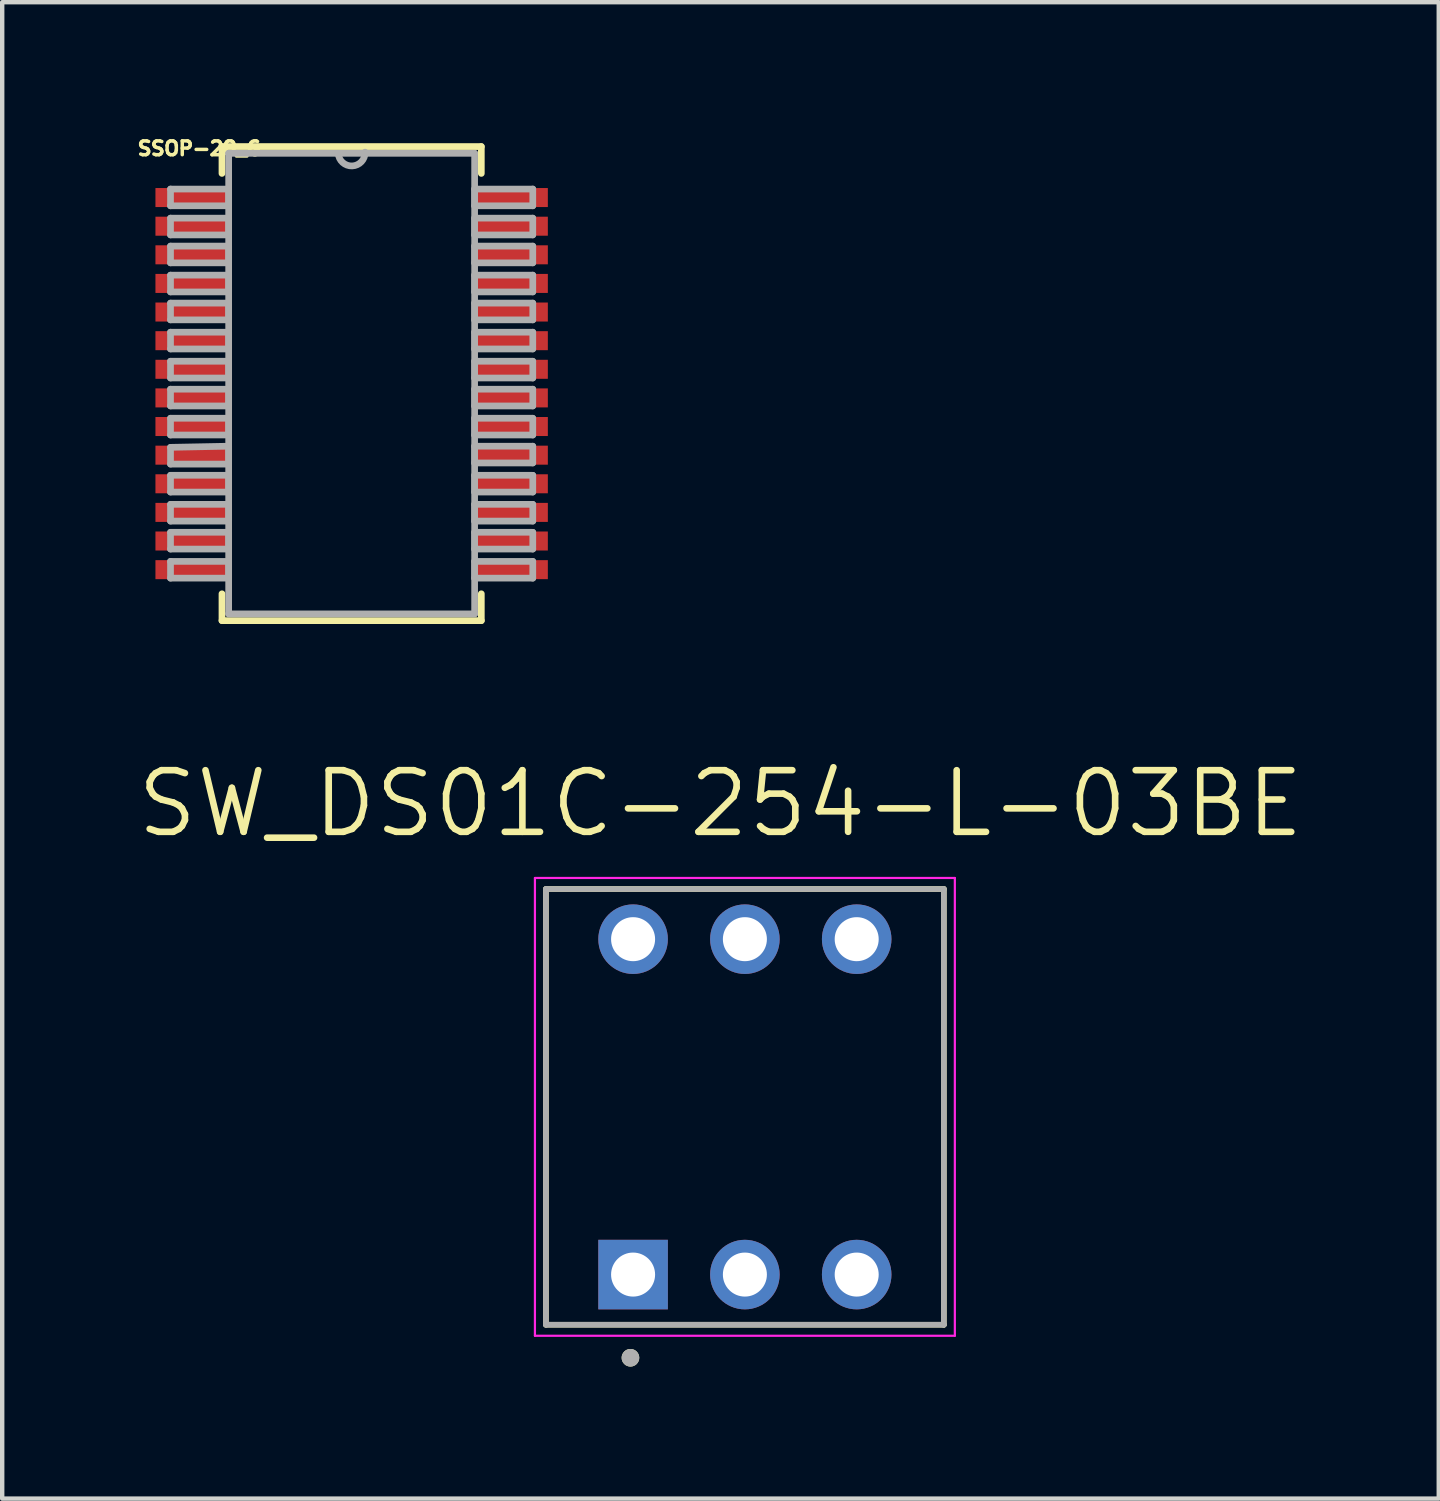
<source format=kicad_pcb>
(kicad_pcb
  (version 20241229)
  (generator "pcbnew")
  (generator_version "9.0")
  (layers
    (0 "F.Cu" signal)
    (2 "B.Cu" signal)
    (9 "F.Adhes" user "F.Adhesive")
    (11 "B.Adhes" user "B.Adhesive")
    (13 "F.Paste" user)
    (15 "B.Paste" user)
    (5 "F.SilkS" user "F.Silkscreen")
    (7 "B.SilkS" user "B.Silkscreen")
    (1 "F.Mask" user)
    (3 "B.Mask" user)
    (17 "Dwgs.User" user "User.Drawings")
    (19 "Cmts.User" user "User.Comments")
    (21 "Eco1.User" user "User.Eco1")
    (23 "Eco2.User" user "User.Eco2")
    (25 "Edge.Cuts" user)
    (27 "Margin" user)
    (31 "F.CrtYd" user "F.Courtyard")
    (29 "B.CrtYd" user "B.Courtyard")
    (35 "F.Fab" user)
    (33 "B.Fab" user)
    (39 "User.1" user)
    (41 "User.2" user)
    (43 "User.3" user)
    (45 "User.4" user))
  (footprint "SSOP-28_G"
    (layer "F.Cu")
    (at 4.939 5.665)
    (property "Reference" "SSOP-28_G" (at -3.458 -5.342 0) (layer "F.SilkS") (effects (font (size 0.315 0.315) (thickness 0.15))))
    (attr smd)
    (fp_line (start -2.946 -5.385) (end -2.946 -4.775) (stroke (width 0.152) (type solid)) (layer "F.SilkS"))
    (fp_line (start -2.946 4.775) (end -2.946 5.385) (stroke (width 0.152) (type solid)) (layer "F.SilkS"))
    (fp_line (start -2.946 5.385) (end 2.946 5.385) (stroke (width 0.152) (type solid)) (layer "F.SilkS"))
    (fp_line (start 2.946 -5.385) (end -2.946 -5.385) (stroke (width 0.152) (type solid)) (layer "F.SilkS"))
    (fp_line (start 2.946 -4.775) (end 2.946 -5.385) (stroke (width 0.152) (type solid)) (layer "F.SilkS"))
    (fp_line (start 2.946 5.385) (end 2.946 4.775) (stroke (width 0.152) (type solid)) (layer "F.SilkS"))
    (fp_line (start -4.115 -4.42) (end -4.115 -4.039) (stroke (width 0.152) (type solid)) (layer "F.Fab"))
    (fp_line (start -4.115 -4.039) (end -2.794 -4.039) (stroke (width 0.152) (type solid)) (layer "F.Fab"))
    (fp_line (start -4.115 -3.759) (end -4.115 -3.378) (stroke (width 0.152) (type solid)) (layer "F.Fab"))
    (fp_line (start -4.115 -3.378) (end -2.794 -3.378) (stroke (width 0.152) (type solid)) (layer "F.Fab"))
    (fp_line (start -4.115 -3.124) (end -4.115 -2.743) (stroke (width 0.152) (type solid)) (layer "F.Fab"))
    (fp_line (start -4.115 -2.743) (end -2.794 -2.743) (stroke (width 0.152) (type solid)) (layer "F.Fab"))
    (fp_line (start -4.115 -2.464) (end -4.115 -2.083) (stroke (width 0.152) (type solid)) (layer "F.Fab"))
    (fp_line (start -4.115 -2.083) (end -2.794 -2.083) (stroke (width 0.152) (type solid)) (layer "F.Fab"))
    (fp_line (start -4.115 -1.829) (end -4.115 -1.448) (stroke (width 0.152) (type solid)) (layer "F.Fab"))
    (fp_line (start -4.115 -1.448) (end -2.794 -1.448) (stroke (width 0.152) (type solid)) (layer "F.Fab"))
    (fp_line (start -4.115 -1.168) (end -4.115 -0.787) (stroke (width 0.152) (type solid)) (layer "F.Fab"))
    (fp_line (start -4.115 -0.787) (end -2.794 -0.787) (stroke (width 0.152) (type solid)) (layer "F.Fab"))
    (fp_line (start -4.115 -0.508) (end -4.115 -0.127) (stroke (width 0.152) (type solid)) (layer "F.Fab"))
    (fp_line (start -4.115 -0.127) (end -2.794 -0.127) (stroke (width 0.152) (type solid)) (layer "F.Fab"))
    (fp_line (start -4.115 0.127) (end -4.115 0.508) (stroke (width 0.152) (type solid)) (layer "F.Fab"))
    (fp_line (start -4.115 0.508) (end -2.794 0.508) (stroke (width 0.152) (type solid)) (layer "F.Fab"))
    (fp_line (start -4.115 0.787) (end -4.115 1.168) (stroke (width 0.152) (type solid)) (layer "F.Fab"))
    (fp_line (start -4.115 1.168) (end -2.794 1.168) (stroke (width 0.152) (type solid)) (layer "F.Fab"))
    (fp_line (start -4.115 1.448) (end -4.115 1.829) (stroke (width 0.152) (type solid)) (layer "F.Fab"))
    (fp_line (start -4.115 1.829) (end -2.794 1.829) (stroke (width 0.152) (type solid)) (layer "F.Fab"))
    (fp_line (start -4.115 2.083) (end -4.115 2.464) (stroke (width 0.152) (type solid)) (layer "F.Fab"))
    (fp_line (start -4.115 2.464) (end -2.794 2.464) (stroke (width 0.152) (type solid)) (layer "F.Fab"))
    (fp_line (start -4.115 2.743) (end -4.115 3.124) (stroke (width 0.152) (type solid)) (layer "F.Fab"))
    (fp_line (start -4.115 3.124) (end -2.794 3.124) (stroke (width 0.152) (type solid)) (layer "F.Fab"))
    (fp_line (start -4.115 3.378) (end -4.115 3.759) (stroke (width 0.152) (type solid)) (layer "F.Fab"))
    (fp_line (start -4.115 3.759) (end -2.794 3.759) (stroke (width 0.152) (type solid)) (layer "F.Fab"))
    (fp_line (start -4.115 4.039) (end -4.115 4.42) (stroke (width 0.152) (type solid)) (layer "F.Fab"))
    (fp_line (start -4.115 4.42) (end -2.794 4.42) (stroke (width 0.152) (type solid)) (layer "F.Fab"))
    (fp_line (start -2.794 -5.232) (end -2.794 5.232) (stroke (width 0.152) (type solid)) (layer "F.Fab"))
    (fp_line (start -2.794 -4.42) (end -4.115 -4.42) (stroke (width 0.152) (type solid)) (layer "F.Fab"))
    (fp_line (start -2.794 -4.039) (end -2.794 -4.42) (stroke (width 0.152) (type solid)) (layer "F.Fab"))
    (fp_line (start -2.794 -3.759) (end -4.115 -3.759) (stroke (width 0.152) (type solid)) (layer "F.Fab"))
    (fp_line (start -2.794 -3.378) (end -2.794 -3.759) (stroke (width 0.152) (type solid)) (layer "F.Fab"))
    (fp_line (start -2.794 -3.124) (end -4.115 -3.124) (stroke (width 0.152) (type solid)) (layer "F.Fab"))
    (fp_line (start -2.794 -2.743) (end -2.794 -3.124) (stroke (width 0.152) (type solid)) (layer "F.Fab"))
    (fp_line (start -2.794 -2.464) (end -4.115 -2.464) (stroke (width 0.152) (type solid)) (layer "F.Fab"))
    (fp_line (start -2.794 -2.083) (end -2.794 -2.464) (stroke (width 0.152) (type solid)) (layer "F.Fab"))
    (fp_line (start -2.794 -1.829) (end -4.115 -1.829) (stroke (width 0.152) (type solid)) (layer "F.Fab"))
    (fp_line (start -2.794 -1.448) (end -2.794 -1.829) (stroke (width 0.152) (type solid)) (layer "F.Fab"))
    (fp_line (start -2.794 -1.168) (end -4.115 -1.168) (stroke (width 0.152) (type solid)) (layer "F.Fab"))
    (fp_line (start -2.794 -0.787) (end -2.794 -1.168) (stroke (width 0.152) (type solid)) (layer "F.Fab"))
    (fp_line (start -2.794 -0.508) (end -4.115 -0.508) (stroke (width 0.152) (type solid)) (layer "F.Fab"))
    (fp_line (start -2.794 -0.127) (end -2.794 -0.508) (stroke (width 0.152) (type solid)) (layer "F.Fab"))
    (fp_line (start -2.794 0.127) (end -4.115 0.127) (stroke (width 0.152) (type solid)) (layer "F.Fab"))
    (fp_line (start -2.794 0.508) (end -2.794 0.127) (stroke (width 0.152) (type solid)) (layer "F.Fab"))
    (fp_line (start -2.794 0.787) (end -4.115 0.787) (stroke (width 0.152) (type solid)) (layer "F.Fab"))
    (fp_line (start -2.794 1.168) (end -2.794 0.787) (stroke (width 0.152) (type solid)) (layer "F.Fab"))
    (fp_line (start -2.794 1.422) (end -4.115 1.448) (stroke (width 0.152) (type solid)) (layer "F.Fab"))
    (fp_line (start -2.794 1.829) (end -2.794 1.422) (stroke (width 0.152) (type solid)) (layer "F.Fab"))
    (fp_line (start -2.794 2.083) (end -4.115 2.083) (stroke (width 0.152) (type solid)) (layer "F.Fab"))
    (fp_line (start -2.794 2.464) (end -2.794 2.083) (stroke (width 0.152) (type solid)) (layer "F.Fab"))
    (fp_line (start -2.794 2.743) (end -4.115 2.743) (stroke (width 0.152) (type solid)) (layer "F.Fab"))
    (fp_line (start -2.794 3.124) (end -2.794 2.743) (stroke (width 0.152) (type solid)) (layer "F.Fab"))
    (fp_line (start -2.794 3.378) (end -4.115 3.378) (stroke (width 0.152) (type solid)) (layer "F.Fab"))
    (fp_line (start -2.794 3.759) (end -2.794 3.378) (stroke (width 0.152) (type solid)) (layer "F.Fab"))
    (fp_line (start -2.794 4.039) (end -4.115 4.039) (stroke (width 0.152) (type solid)) (layer "F.Fab"))
    (fp_line (start -2.794 4.42) (end -2.794 4.039) (stroke (width 0.152) (type solid)) (layer "F.Fab"))
    (fp_line (start -2.794 5.232) (end 2.794 5.232) (stroke (width 0.152) (type solid)) (layer "F.Fab"))
    (fp_line (start -0.305 -5.232) (end -2.794 -5.232) (stroke (width 0.152) (type solid)) (layer "F.Fab"))
    (fp_line (start 2.794 -5.232) (end -0.305 -5.232) (stroke (width 0.152) (type solid)) (layer "F.Fab"))
    (fp_line (start 2.794 -4.42) (end 2.794 -4.039) (stroke (width 0.152) (type solid)) (layer "F.Fab"))
    (fp_line (start 2.794 -4.039) (end 4.115 -4.039) (stroke (width 0.152) (type solid)) (layer "F.Fab"))
    (fp_line (start 2.794 -3.759) (end 2.794 -3.378) (stroke (width 0.152) (type solid)) (layer "F.Fab"))
    (fp_line (start 2.794 -3.378) (end 4.115 -3.378) (stroke (width 0.152) (type solid)) (layer "F.Fab"))
    (fp_line (start 2.794 -3.124) (end 2.794 -2.743) (stroke (width 0.152) (type solid)) (layer "F.Fab"))
    (fp_line (start 2.794 -2.743) (end 4.115 -2.743) (stroke (width 0.152) (type solid)) (layer "F.Fab"))
    (fp_line (start 2.794 -2.464) (end 2.794 -2.083) (stroke (width 0.152) (type solid)) (layer "F.Fab"))
    (fp_line (start 2.794 -2.083) (end 4.115 -2.083) (stroke (width 0.152) (type solid)) (layer "F.Fab"))
    (fp_line (start 2.794 -1.829) (end 2.794 -1.448) (stroke (width 0.152) (type solid)) (layer "F.Fab"))
    (fp_line (start 2.794 -1.448) (end 4.115 -1.448) (stroke (width 0.152) (type solid)) (layer "F.Fab"))
    (fp_line (start 2.794 -1.168) (end 2.794 -0.787) (stroke (width 0.152) (type solid)) (layer "F.Fab"))
    (fp_line (start 2.794 -0.787) (end 4.115 -0.787) (stroke (width 0.152) (type solid)) (layer "F.Fab"))
    (fp_line (start 2.794 -0.508) (end 2.794 -0.127) (stroke (width 0.152) (type solid)) (layer "F.Fab"))
    (fp_line (start 2.794 -0.127) (end 4.115 -0.127) (stroke (width 0.152) (type solid)) (layer "F.Fab"))
    (fp_line (start 2.794 0.127) (end 2.794 0.508) (stroke (width 0.152) (type solid)) (layer "F.Fab"))
    (fp_line (start 2.794 0.508) (end 4.115 0.508) (stroke (width 0.152) (type solid)) (layer "F.Fab"))
    (fp_line (start 2.794 0.787) (end 2.794 1.168) (stroke (width 0.152) (type solid)) (layer "F.Fab"))
    (fp_line (start 2.794 1.168) (end 4.115 1.168) (stroke (width 0.152) (type solid)) (layer "F.Fab"))
    (fp_line (start 2.794 1.422) (end 2.794 1.803) (stroke (width 0.152) (type solid)) (layer "F.Fab"))
    (fp_line (start 2.794 1.803) (end 4.115 1.803) (stroke (width 0.152) (type solid)) (layer "F.Fab"))
    (fp_line (start 2.794 2.083) (end 2.794 2.464) (stroke (width 0.152) (type solid)) (layer "F.Fab"))
    (fp_line (start 2.794 2.464) (end 4.115 2.464) (stroke (width 0.152) (type solid)) (layer "F.Fab"))
    (fp_line (start 2.794 2.743) (end 2.794 3.124) (stroke (width 0.152) (type solid)) (layer "F.Fab"))
    (fp_line (start 2.794 3.124) (end 4.115 3.124) (stroke (width 0.152) (type solid)) (layer "F.Fab"))
    (fp_line (start 2.794 3.378) (end 2.794 3.759) (stroke (width 0.152) (type solid)) (layer "F.Fab"))
    (fp_line (start 2.794 3.759) (end 4.115 3.759) (stroke (width 0.152) (type solid)) (layer "F.Fab"))
    (fp_line (start 2.794 4.039) (end 2.794 4.42) (stroke (width 0.152) (type solid)) (layer "F.Fab"))
    (fp_line (start 2.794 4.42) (end 4.115 4.42) (stroke (width 0.152) (type solid)) (layer "F.Fab"))
    (fp_line (start 2.794 5.232) (end 2.794 -5.232) (stroke (width 0.152) (type solid)) (layer "F.Fab"))
    (fp_line (start 4.115 -4.42) (end 2.794 -4.42) (stroke (width 0.152) (type solid)) (layer "F.Fab"))
    (fp_line (start 4.115 -4.039) (end 4.115 -4.42) (stroke (width 0.152) (type solid)) (layer "F.Fab"))
    (fp_line (start 4.115 -3.759) (end 2.794 -3.759) (stroke (width 0.152) (type solid)) (layer "F.Fab"))
    (fp_line (start 4.115 -3.378) (end 4.115 -3.759) (stroke (width 0.152) (type solid)) (layer "F.Fab"))
    (fp_line (start 4.115 -3.124) (end 2.794 -3.124) (stroke (width 0.152) (type solid)) (layer "F.Fab"))
    (fp_line (start 4.115 -2.743) (end 4.115 -3.124) (stroke (width 0.152) (type solid)) (layer "F.Fab"))
    (fp_line (start 4.115 -2.464) (end 2.794 -2.464) (stroke (width 0.152) (type solid)) (layer "F.Fab"))
    (fp_line (start 4.115 -2.083) (end 4.115 -2.464) (stroke (width 0.152) (type solid)) (layer "F.Fab"))
    (fp_line (start 4.115 -1.829) (end 2.794 -1.829) (stroke (width 0.152) (type solid)) (layer "F.Fab"))
    (fp_line (start 4.115 -1.448) (end 4.115 -1.829) (stroke (width 0.152) (type solid)) (layer "F.Fab"))
    (fp_line (start 4.115 -1.168) (end 2.794 -1.168) (stroke (width 0.152) (type solid)) (layer "F.Fab"))
    (fp_line (start 4.115 -0.787) (end 4.115 -1.168) (stroke (width 0.152) (type solid)) (layer "F.Fab"))
    (fp_line (start 4.115 -0.508) (end 2.794 -0.508) (stroke (width 0.152) (type solid)) (layer "F.Fab"))
    (fp_line (start 4.115 -0.127) (end 4.115 -0.508) (stroke (width 0.152) (type solid)) (layer "F.Fab"))
    (fp_line (start 4.115 0.127) (end 2.794 0.127) (stroke (width 0.152) (type solid)) (layer "F.Fab"))
    (fp_line (start 4.115 0.508) (end 4.115 0.127) (stroke (width 0.152) (type solid)) (layer "F.Fab"))
    (fp_line (start 4.115 0.787) (end 2.794 0.787) (stroke (width 0.152) (type solid)) (layer "F.Fab"))
    (fp_line (start 4.115 1.168) (end 4.115 0.787) (stroke (width 0.152) (type solid)) (layer "F.Fab"))
    (fp_line (start 4.115 1.422) (end 2.794 1.422) (stroke (width 0.152) (type solid)) (layer "F.Fab"))
    (fp_line (start 4.115 1.803) (end 4.115 1.422) (stroke (width 0.152) (type solid)) (layer "F.Fab"))
    (fp_line (start 4.115 2.083) (end 2.794 2.083) (stroke (width 0.152) (type solid)) (layer "F.Fab"))
    (fp_line (start 4.115 2.464) (end 4.115 2.083) (stroke (width 0.152) (type solid)) (layer "F.Fab"))
    (fp_line (start 4.115 2.743) (end 2.794 2.743) (stroke (width 0.152) (type solid)) (layer "F.Fab"))
    (fp_line (start 4.115 3.124) (end 4.115 2.743) (stroke (width 0.152) (type solid)) (layer "F.Fab"))
    (fp_line (start 4.115 3.378) (end 2.794 3.378) (stroke (width 0.152) (type solid)) (layer "F.Fab"))
    (fp_line (start 4.115 3.759) (end 4.115 3.378) (stroke (width 0.152) (type solid)) (layer "F.Fab"))
    (fp_line (start 4.115 4.039) (end 2.794 4.039) (stroke (width 0.152) (type solid)) (layer "F.Fab"))
    (fp_line (start 4.115 4.42) (end 4.115 4.039) (stroke (width 0.152) (type solid)) (layer "F.Fab"))
    (fp_arc (start 0.3048 -5.2578) (mid 0.0127 -4.9403) (end -0.3048 -5.2324) (stroke (width 0.1524) (type solid)) (layer "F.Fab"))
    (pad "1" smd rect (at -3.632 -4.227) (size 1.651 0.432) (layers "F.Cu" "F.Mask" "F.Paste"))
    (pad "2" smd rect (at -3.632 -3.576) (size 1.651 0.432) (layers "F.Cu" "F.Mask" "F.Paste"))
    (pad "3" smd rect (at -3.632 -2.926) (size 1.651 0.432) (layers "F.Cu" "F.Mask" "F.Paste"))
    (pad "4" smd rect (at -3.632 -2.276) (size 1.651 0.432) (layers "F.Cu" "F.Mask" "F.Paste"))
    (pad "5" smd rect (at -3.632 -1.626) (size 1.651 0.432) (layers "F.Cu" "F.Mask" "F.Paste"))
    (pad "6" smd rect (at -3.632 -0.975) (size 1.651 0.432) (layers "F.Cu" "F.Mask" "F.Paste"))
    (pad "7" smd rect (at -3.632 -0.325) (size 1.651 0.432) (layers "F.Cu" "F.Mask" "F.Paste"))
    (pad "8" smd rect (at -3.632 0.325) (size 1.651 0.432) (layers "F.Cu" "F.Mask" "F.Paste"))
    (pad "9" smd rect (at -3.632 0.975) (size 1.651 0.432) (layers "F.Cu" "F.Mask" "F.Paste"))
    (pad "10" smd rect (at -3.632 1.626) (size 1.651 0.432) (layers "F.Cu" "F.Mask" "F.Paste"))
    (pad "11" smd rect (at -3.632 2.276) (size 1.651 0.432) (layers "F.Cu" "F.Mask" "F.Paste"))
    (pad "12" smd rect (at -3.632 2.926) (size 1.651 0.432) (layers "F.Cu" "F.Mask" "F.Paste"))
    (pad "13" smd rect (at -3.632 3.576) (size 1.651 0.432) (layers "F.Cu" "F.Mask" "F.Paste"))
    (pad "14" smd rect (at -3.632 4.227) (size 1.651 0.432) (layers "F.Cu" "F.Mask" "F.Paste"))
    (pad "15" smd rect (at 3.632 4.227) (size 1.651 0.432) (layers "F.Cu" "F.Mask" "F.Paste"))
    (pad "16" smd rect (at 3.632 3.576) (size 1.651 0.432) (layers "F.Cu" "F.Mask" "F.Paste"))
    (pad "17" smd rect (at 3.632 2.926) (size 1.651 0.432) (layers "F.Cu" "F.Mask" "F.Paste"))
    (pad "18" smd rect (at 3.632 2.276) (size 1.651 0.432) (layers "F.Cu" "F.Mask" "F.Paste"))
    (pad "19" smd rect (at 3.632 1.626) (size 1.651 0.432) (layers "F.Cu" "F.Mask" "F.Paste"))
    (pad "20" smd rect (at 3.632 0.975) (size 1.651 0.432) (layers "F.Cu" "F.Mask" "F.Paste"))
    (pad "21" smd rect (at 3.632 0.325) (size 1.651 0.432) (layers "F.Cu" "F.Mask" "F.Paste"))
    (pad "22" smd rect (at 3.632 -0.325) (size 1.651 0.432) (layers "F.Cu" "F.Mask" "F.Paste"))
    (pad "23" smd rect (at 3.632 -0.975) (size 1.651 0.432) (layers "F.Cu" "F.Mask" "F.Paste"))
    (pad "24" smd rect (at 3.632 -1.626) (size 1.651 0.432) (layers "F.Cu" "F.Mask" "F.Paste"))
    (pad "25" smd rect (at 3.632 -2.276) (size 1.651 0.432) (layers "F.Cu" "F.Mask" "F.Paste"))
    (pad "26" smd rect (at 3.632 -2.926) (size 1.651 0.432) (layers "F.Cu" "F.Mask" "F.Paste"))
    (pad "27" smd rect (at 3.632 -3.576) (size 1.651 0.432) (layers "F.Cu" "F.Mask" "F.Paste"))
    (pad "28" smd rect (at 3.632 -4.227) (size 1.651 0.432) (layers "F.Cu" "F.Mask" "F.Paste")))
  (footprint "SW_DS01C-254-L-03BE"
    (layer "F.Cu")
    (at 13.873 22.097)
    (property "Reference" "SW_DS01C-254-L-03BE" (at -0.555 -6.889 0) (layer "F.SilkS") (effects (font (size 1.4 1.4) (thickness 0.15))))
    (attr through_hole)
    (fp_line (start -4.52 -4.95) (end 4.52 -4.95) (stroke (width 0.127) (type solid)) (layer "F.SilkS"))
    (fp_line (start -4.52 4.95) (end -4.52 -4.95) (stroke (width 0.127) (type solid)) (layer "F.SilkS"))
    (fp_line (start 4.52 -4.95) (end 4.52 4.95) (stroke (width 0.127) (type solid)) (layer "F.SilkS"))
    (fp_line (start 4.52 4.95) (end -4.52 4.95) (stroke (width 0.127) (type solid)) (layer "F.SilkS"))
    (fp_circle (center -2.6 5.7) (end -2.5 5.7) (stroke (width 0.2) (type solid)) (fill no) (layer "F.SilkS"))
    (fp_line (start -4.77 -5.2) (end -4.77 5.2) (stroke (width 0.05) (type solid)) (layer "F.CrtYd"))
    (fp_line (start -4.77 5.2) (end 4.77 5.2) (stroke (width 0.05) (type solid)) (layer "F.CrtYd"))
    (fp_line (start 4.77 -5.2) (end -4.77 -5.2) (stroke (width 0.05) (type solid)) (layer "F.CrtYd"))
    (fp_line (start 4.77 5.2) (end 4.77 -5.2) (stroke (width 0.05) (type solid)) (layer "F.CrtYd"))
    (fp_line (start -4.52 -4.95) (end 4.52 -4.95) (stroke (width 0.127) (type solid)) (layer "F.Fab"))
    (fp_line (start -4.52 4.95) (end -4.52 -4.95) (stroke (width 0.127) (type solid)) (layer "F.Fab"))
    (fp_line (start 4.52 -4.95) (end 4.52 4.95) (stroke (width 0.127) (type solid)) (layer "F.Fab"))
    (fp_line (start 4.52 4.95) (end -4.52 4.95) (stroke (width 0.127) (type solid)) (layer "F.Fab"))
    (fp_circle (center -2.6 5.7) (end -2.5 5.7) (stroke (width 0.2) (type solid)) (fill no) (layer "F.Fab"))
    (pad "1A" thru_hole rect (at -2.54 3.81) (size 1.58 1.58) (drill 1) (layers "*.Cu" "*.Mask"))
    (pad "1B" thru_hole circle (at -2.54 -3.81) (size 1.58 1.58) (drill 1) (layers "*.Cu" "*.Mask"))
    (pad "2A" thru_hole circle (at 0 3.81) (size 1.58 1.58) (drill 1) (layers "*.Cu" "*.Mask"))
    (pad "2B" thru_hole circle (at 0 -3.81) (size 1.58 1.58) (drill 1) (layers "*.Cu" "*.Mask"))
    (pad "3A" thru_hole circle (at 2.54 3.81) (size 1.58 1.58) (drill 1) (layers "*.Cu" "*.Mask"))
    (pad "3B" thru_hole circle (at 2.54 -3.81) (size 1.58 1.58) (drill 1) (layers "*.Cu" "*.Mask")))
  (gr_rect
    (start -3 -3)
    (end 29.637 30.997)
    (stroke (width 0.1) (type default))
    (fill no)
    (layer "Edge.Cuts")))
</source>
